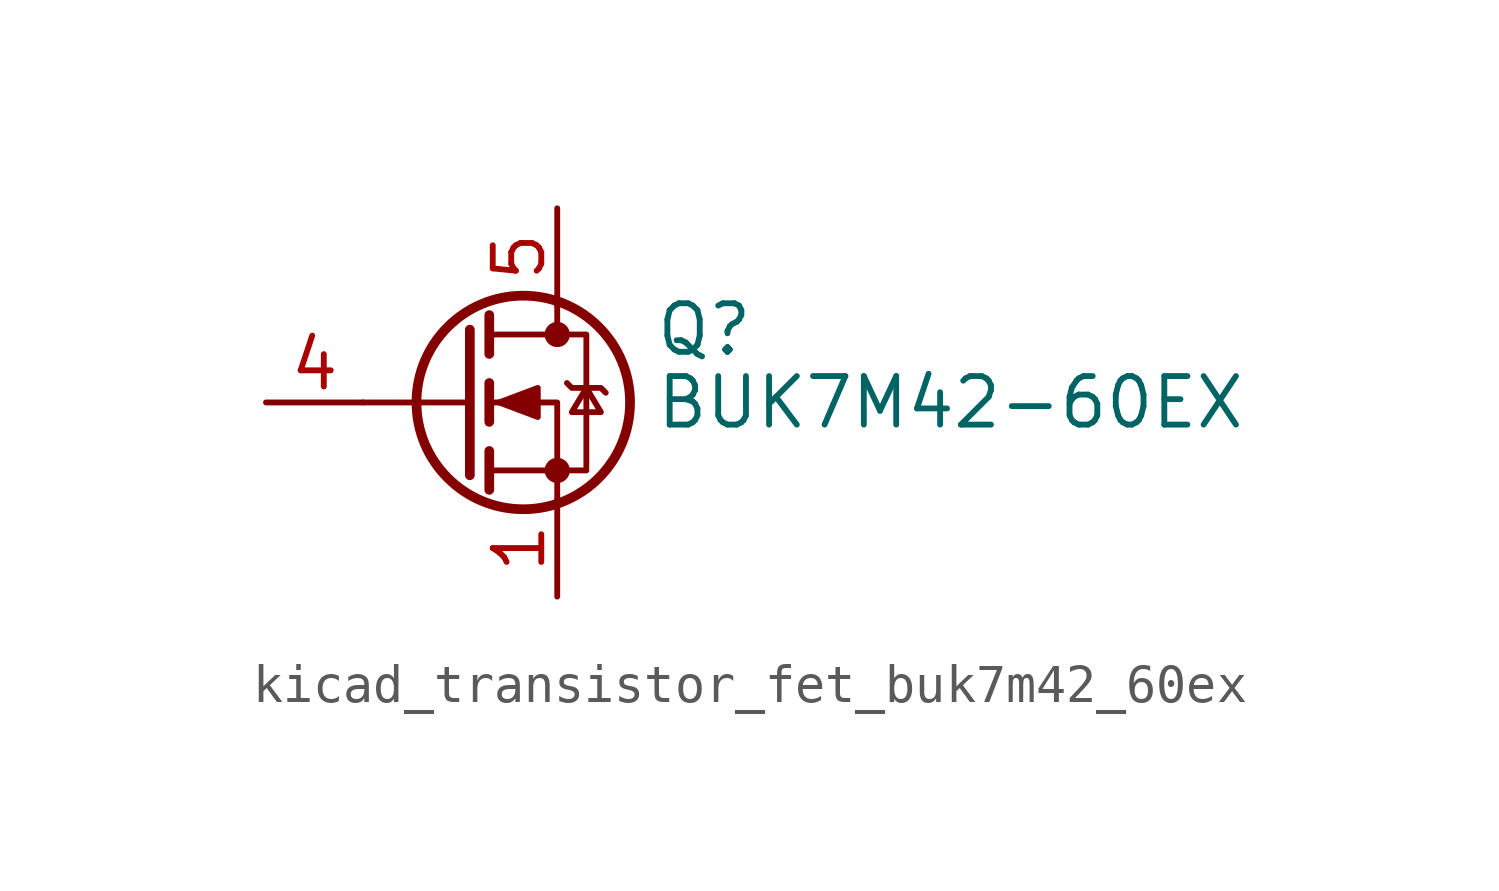
<source format=kicad_sym>
(kicad_symbol_lib
  (version 20220914)
  (generator kicad_symbol_editor)
  (symbol "kicad_transistor_fet_buk7m42_60ex"
    (pin_names hide)
    (property "Reference" "Q"
      (at 5.08 1.905 0)
      (effects (font (size 1.27 1.27)) (justify left)))
    (property "Value" "BUK7M42-60EX"
      (at 5.08 0 0)
      (effects (font (size 1.27 1.27)) (justify left)))
    (symbol "kicad_transistor_fet_buk7m42_60ex_0_1"
      (polyline (pts (xy 0.254 0) (xy -2.54 0)) (stroke (width 0) (type default)) (fill (type none)))
      (polyline (pts (xy 0.254 1.905) (xy 0.254 -1.905)) (stroke (width 0.254) (type default)) (fill (type none)))
      (polyline (pts (xy 0.762 -1.27) (xy 0.762 -2.286)) (stroke (width 0.254) (type default)) (fill (type none)))
      (polyline (pts (xy 0.762 0.508) (xy 0.762 -0.508)) (stroke (width 0.254) (type default)) (fill (type none)))
      (polyline (pts (xy 0.762 2.286) (xy 0.762 1.27)) (stroke (width 0.254) (type default)) (fill (type none)))
      (polyline (pts (xy 2.54 2.54) (xy 2.54 1.778)) (stroke (width 0) (type default)) (fill (type none)))
      (polyline (pts (xy 2.54 -2.54) (xy 2.54 0) (xy 0.762 0)) (stroke (width 0) (type default)) (fill (type none)))
      (polyline (pts (xy 0.762 -1.778) (xy 3.302 -1.778) (xy 3.302 1.778) (xy 0.762 1.778)) (stroke (width 0) (type default)) (fill (type none)))
      (polyline (pts (xy 1.016 0) (xy 2.032 0.381) (xy 2.032 -0.381) (xy 1.016 0)) (stroke (width 0) (type default)) (fill (type outline)))
      (polyline (pts (xy 2.794 0.508) (xy 2.921 0.381) (xy 3.683 0.381) (xy 3.81 0.254)) (stroke (width 0) (type default)) (fill (type none)))
      (polyline (pts (xy 3.302 0.381) (xy 2.921 -0.254) (xy 3.683 -0.254) (xy 3.302 0.381)) (stroke (width 0) (type default)) (fill (type none)))
      (circle (center 1.651 0) (radius 2.794) (stroke (width 0.254) (type default)) (fill (type none)))
      (circle (center 2.54 -1.778) (radius 0.254) (stroke (width 0) (type default)) (fill (type outline)))
      (circle (center 2.54 1.778) (radius 0.254) (stroke (width 0) (type default)) (fill (type outline))))
    (symbol "kicad_transistor_fet_buk7m42_60ex_1_1"
      (pin passive line (at 2.54 -5.08 90) (length 2.54) (name "S" (effects (font (size 1.27 1.27)))) (number "1" (effects (font (size 1.27 1.27)))))
      (pin passive line (at 2.54 -5.08 90) (length 2.54) hide (name "S" (effects (font (size 1.27 1.27)))) (number "2" (effects (font (size 1.27 1.27)))))
      (pin passive line (at 2.54 -5.08 90) (length 2.54) hide (name "S" (effects (font (size 1.27 1.27)))) (number "3" (effects (font (size 1.27 1.27)))))
      (pin passive line (at -5.08 0 0) (length 2.54) (name "G" (effects (font (size 1.27 1.27)))) (number "4" (effects (font (size 1.27 1.27)))))
      (pin passive line (at 2.54 5.08 270) (length 2.54) (name "D" (effects (font (size 1.27 1.27)))) (number "5" (effects (font (size 1.27 1.27))))))))
</source>
